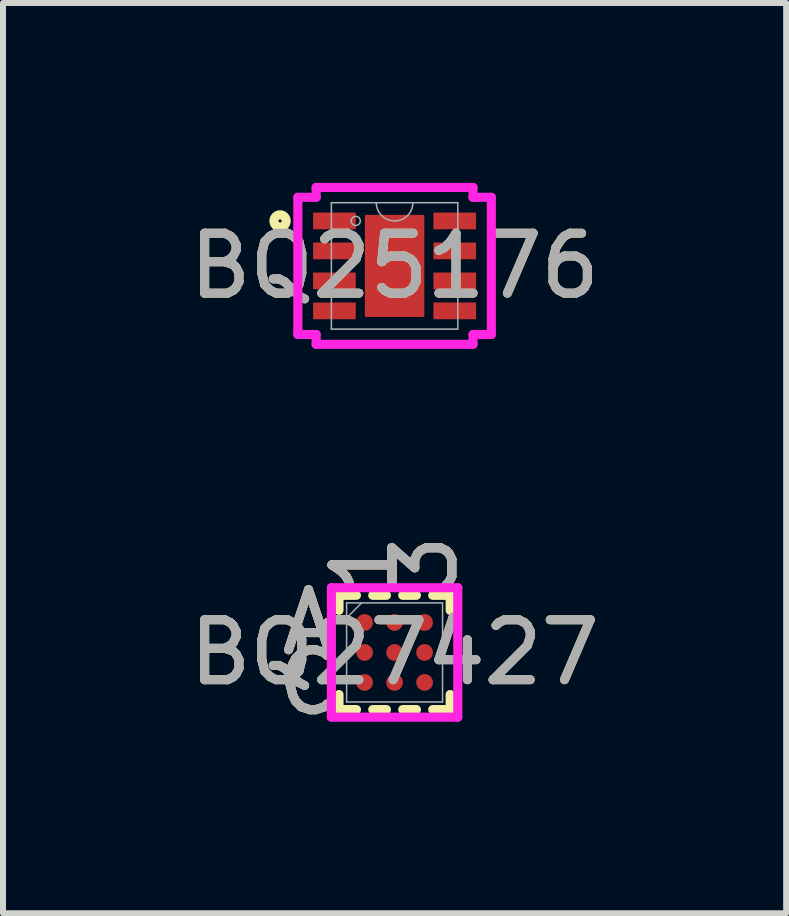
<source format=kicad_pcb>
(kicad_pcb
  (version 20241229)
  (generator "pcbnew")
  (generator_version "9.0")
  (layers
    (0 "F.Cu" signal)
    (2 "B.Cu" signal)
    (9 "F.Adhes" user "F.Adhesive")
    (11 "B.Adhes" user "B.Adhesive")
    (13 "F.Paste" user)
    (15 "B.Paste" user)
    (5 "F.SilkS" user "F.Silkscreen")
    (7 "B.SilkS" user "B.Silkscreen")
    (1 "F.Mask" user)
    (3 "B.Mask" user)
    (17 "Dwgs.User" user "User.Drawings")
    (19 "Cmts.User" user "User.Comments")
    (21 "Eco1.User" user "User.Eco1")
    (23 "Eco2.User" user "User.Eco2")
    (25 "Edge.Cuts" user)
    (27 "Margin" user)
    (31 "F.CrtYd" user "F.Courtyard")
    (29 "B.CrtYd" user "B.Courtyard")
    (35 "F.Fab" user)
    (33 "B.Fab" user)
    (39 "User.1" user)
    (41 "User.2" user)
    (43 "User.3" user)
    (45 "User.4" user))
  (footprint "BQ27427"
    (layer "F.Cu")
    (at 3.53 7.83)
    (property "Reference" "BQ27427" (at 0 0 0) (unlocked yes) (layer "F.SilkS") (effects (font (size 1 1) (thickness 0.15))))
    (attr smd)
    (fp_line (start -0.927 -0.953) (end -0.927 -0.702) (stroke (width 0.152) (type solid)) (layer "F.SilkS"))
    (fp_line (start -0.927 0.702) (end -0.927 0.953) (stroke (width 0.152) (type solid)) (layer "F.SilkS"))
    (fp_line (start -0.927 0.953) (end -0.636 0.953) (stroke (width 0.152) (type solid)) (layer "F.SilkS"))
    (fp_line (start -0.636 -0.953) (end -0.927 -0.953) (stroke (width 0.152) (type solid)) (layer "F.SilkS"))
    (fp_line (start -0.364 0.953) (end -0.136 0.953) (stroke (width 0.152) (type solid)) (layer "F.SilkS"))
    (fp_line (start -0.136 -0.953) (end -0.364 -0.953) (stroke (width 0.152) (type solid)) (layer "F.SilkS"))
    (fp_line (start 0.136 0.953) (end 0.364 0.953) (stroke (width 0.152) (type solid)) (layer "F.SilkS"))
    (fp_line (start 0.364 -0.953) (end 0.136 -0.953) (stroke (width 0.152) (type solid)) (layer "F.SilkS"))
    (fp_line (start 0.636 0.953) (end 0.927 0.953) (stroke (width 0.152) (type solid)) (layer "F.SilkS"))
    (fp_line (start 0.927 -0.953) (end 0.636 -0.953) (stroke (width 0.152) (type solid)) (layer "F.SilkS"))
    (fp_line (start 0.927 -0.702) (end 0.927 -0.953) (stroke (width 0.152) (type solid)) (layer "F.SilkS"))
    (fp_line (start 0.927 0.953) (end 0.927 0.702) (stroke (width 0.152) (type solid)) (layer "F.SilkS"))
    (fp_poly (pts (xy -1.195 -1.195) (xy 1.195 -1.195) (xy 1.195 1.195) (xy -1.195 1.195)) (stroke (width 0.1) (type solid)) (fill no) (layer "Eco2.User"))
    (fp_line (start -1.054 -1.079) (end 1.054 -1.079) (stroke (width 0.152) (type solid)) (layer "F.CrtYd"))
    (fp_line (start -1.054 1.079) (end -1.054 -1.079) (stroke (width 0.152) (type solid)) (layer "F.CrtYd"))
    (fp_line (start 1.054 -1.079) (end 1.054 1.079) (stroke (width 0.152) (type solid)) (layer "F.CrtYd"))
    (fp_line (start 1.054 1.079) (end -1.054 1.079) (stroke (width 0.152) (type solid)) (layer "F.CrtYd"))
    (fp_line (start -0.8 -0.826) (end -0.8 0.826) (stroke (width 0.025) (type solid)) (layer "F.Fab"))
    (fp_line (start -0.8 0.826) (end 0.8 0.826) (stroke (width 0.025) (type solid)) (layer "F.Fab"))
    (fp_line (start -0.55 -0.826) (end -0.8 -0.575) (stroke (width 0.025) (type solid)) (layer "F.Fab"))
    (fp_line (start 0.8 -0.826) (end -0.8 -0.826) (stroke (width 0.025) (type solid)) (layer "F.Fab"))
    (fp_line (start 0.8 0.826) (end 0.8 -0.826) (stroke (width 0.025) (type solid)) (layer "F.Fab"))
    (fp_text user "3" (at 0.5 -1.46 90) (unlocked yes) (layer "F.SilkS") (effects (font (size 1 1) (thickness 0.15))))
    (fp_text user "A" (at -1.435 -0.5 0) (unlocked yes) (layer "F.SilkS") (effects (font (size 1 1) (thickness 0.15))))
    (fp_text user "C" (at -1.435 0.5 0) (unlocked yes) (layer "F.SilkS") (effects (font (size 1 1) (thickness 0.15))))
    (fp_text user "1" (at -0.5 -1.46 90) (unlocked yes) (layer "F.SilkS") (effects (font (size 1 1) (thickness 0.15))))
    (fp_text user "3" (at 0.5 -1.46 90) (unlocked yes) (layer "B.SilkS") (effects (font (size 1 1) (thickness 0.15))))
    (fp_text user "1" (at -0.5 -1.46 90) (unlocked yes) (layer "B.SilkS") (effects (font (size 1 1) (thickness 0.15))))
    (fp_text user "A" (at -1.435 -0.5 0) (unlocked yes) (layer "B.SilkS") (effects (font (size 1 1) (thickness 0.15))))
    (fp_text user "C" (at -1.435 0.5 0) (unlocked yes) (layer "B.SilkS") (effects (font (size 1 1) (thickness 0.15))))
    (fp_text user "A" (at -1.435 -0.5 0) (unlocked yes) (layer "F.Fab") (effects (font (size 1 1) (thickness 0.15))))
    (fp_text user "3" (at 0.5 -1.46 90) (unlocked yes) (layer "F.Fab") (effects (font (size 1 1) (thickness 0.15))))
    (fp_text user "1" (at -0.5 -1.46 90) (unlocked yes) (layer "F.Fab") (effects (font (size 1 1) (thickness 0.15))))
    (fp_text user "${REFERENCE}" (at 0 0 0) (unlocked yes) (layer "F.Fab") (effects (font (size 1 1) (thickness 0.15))))
    (fp_text user "C" (at -1.435 0.5 0) (unlocked yes) (layer "F.Fab") (effects (font (size 1 1) (thickness 0.15))))
    (pad "A1" smd circle (at -0.5 -0.5) (size 0.279 0.279) (layers "F.Cu" "F.Mask" "F.Paste"))
    (pad "A2" smd circle (at 0 -0.5) (size 0.279 0.279) (layers "F.Cu" "F.Mask" "F.Paste"))
    (pad "A3" smd circle (at 0.5 -0.5) (size 0.279 0.279) (layers "F.Cu" "F.Mask" "F.Paste"))
    (pad "B1" smd circle (at -0.5 0) (size 0.279 0.279) (layers "F.Cu" "F.Mask" "F.Paste"))
    (pad "B2" smd circle (at 0 0) (size 0.279 0.279) (layers "F.Cu" "F.Mask" "F.Paste"))
    (pad "B3" smd circle (at 0.5 0) (size 0.279 0.279) (layers "F.Cu" "F.Mask" "F.Paste"))
    (pad "C1" smd circle (at -0.5 0.5) (size 0.279 0.279) (layers "F.Cu" "F.Mask" "F.Paste"))
    (pad "C2" smd circle (at 0 0.5) (size 0.279 0.279) (layers "F.Cu" "F.Mask" "F.Paste"))
    (pad "C3" smd circle (at 0.5 0.5) (size 0.279 0.279) (layers "F.Cu" "F.Mask" "F.Paste")))
  (footprint "BQ25176"
    (layer "F.Cu")
    (at 3.53 1.384)
    (property "Reference" "BQ25176" (at 0 0 0) (unlocked yes) (layer "F.SilkS") (effects (font (size 1 1) (thickness 0.15))))
    (attr smd)
    (fp_circle (center -1.91 -0.75) (end -1.808 -0.75) (stroke (width 0.152) (type solid)) (fill no) (layer "F.SilkS"))
    (fp_line (start -1.613 -1.144) (end -1.308 -1.144) (stroke (width 0.152) (type solid)) (layer "F.CrtYd"))
    (fp_line (start -1.613 1.144) (end -1.613 -1.144) (stroke (width 0.152) (type solid)) (layer "F.CrtYd"))
    (fp_line (start -1.613 1.144) (end -1.308 1.144) (stroke (width 0.152) (type solid)) (layer "F.CrtYd"))
    (fp_line (start -1.308 -1.308) (end 1.308 -1.308) (stroke (width 0.152) (type solid)) (layer "F.CrtYd"))
    (fp_line (start -1.308 -1.144) (end -1.308 -1.308) (stroke (width 0.152) (type solid)) (layer "F.CrtYd"))
    (fp_line (start -1.308 1.308) (end -1.308 1.144) (stroke (width 0.152) (type solid)) (layer "F.CrtYd"))
    (fp_line (start 1.308 -1.308) (end 1.308 -1.144) (stroke (width 0.152) (type solid)) (layer "F.CrtYd"))
    (fp_line (start 1.308 1.144) (end 1.308 1.308) (stroke (width 0.152) (type solid)) (layer "F.CrtYd"))
    (fp_line (start 1.308 1.308) (end -1.308 1.308) (stroke (width 0.152) (type solid)) (layer "F.CrtYd"))
    (fp_line (start 1.613 -1.144) (end 1.308 -1.144) (stroke (width 0.152) (type solid)) (layer "F.CrtYd"))
    (fp_line (start 1.613 -1.144) (end 1.613 1.144) (stroke (width 0.152) (type solid)) (layer "F.CrtYd"))
    (fp_line (start 1.613 1.144) (end 1.308 1.144) (stroke (width 0.152) (type solid)) (layer "F.CrtYd"))
    (fp_line (start -1.054 -1.054) (end -1.054 1.054) (stroke (width 0.025) (type solid)) (layer "F.Fab"))
    (fp_line (start -1.054 1.054) (end 1.054 1.054) (stroke (width 0.025) (type solid)) (layer "F.Fab"))
    (fp_line (start 1.054 -1.054) (end -1.054 -1.054) (stroke (width 0.025) (type solid)) (layer "F.Fab"))
    (fp_line (start 1.054 1.054) (end 1.054 -1.054) (stroke (width 0.025) (type solid)) (layer "F.Fab"))
    (fp_arc (start 0.3048 -1.0541) (mid 0 -0.7493) (end -0.3048 -1.0541) (stroke (width 0.0254) (type solid)) (layer "F.Fab"))
    (fp_circle (center -0.648 -0.75) (end -0.572 -0.75) (stroke (width 0.025) (type solid)) (fill no) (layer "F.Fab"))
    (fp_text user "${REFERENCE}" (at 0 0 0) (unlocked yes) (layer "F.Fab") (effects (font (size 1 1) (thickness 0.15))))
    (pad "1" smd rect (at -1.003 -0.75) (size 0.711 0.279) (layers "F.Cu" "F.Mask" "F.Paste"))
    (pad "2" smd rect (at -1.003 -0.25) (size 0.711 0.279) (layers "F.Cu" "F.Mask" "F.Paste"))
    (pad "3" smd rect (at -1.003 0.25) (size 0.711 0.279) (layers "F.Cu" "F.Mask" "F.Paste"))
    (pad "4" smd rect (at -1.003 0.75) (size 0.711 0.279) (layers "F.Cu" "F.Mask" "F.Paste"))
    (pad "5" smd rect (at 1.003 0.75) (size 0.711 0.279) (layers "F.Cu" "F.Mask" "F.Paste"))
    (pad "6" smd rect (at 1.003 0.25) (size 0.711 0.279) (layers "F.Cu" "F.Mask" "F.Paste"))
    (pad "7" smd rect (at 1.003 -0.25) (size 0.711 0.279) (layers "F.Cu" "F.Mask" "F.Paste"))
    (pad "8" smd rect (at 1.003 -0.75) (size 0.711 0.279) (layers "F.Cu" "F.Mask" "F.Paste"))
    (pad "9" smd rect (at 0 0) (size 0.991 1.702) (layers "F.Cu" "F.Mask" "F.Paste")))
  (gr_rect
    (start -3 -3)
    (end 10.06 12.179)
    (stroke (width 0.1) (type default))
    (fill no)
    (layer "Edge.Cuts")))
</source>
